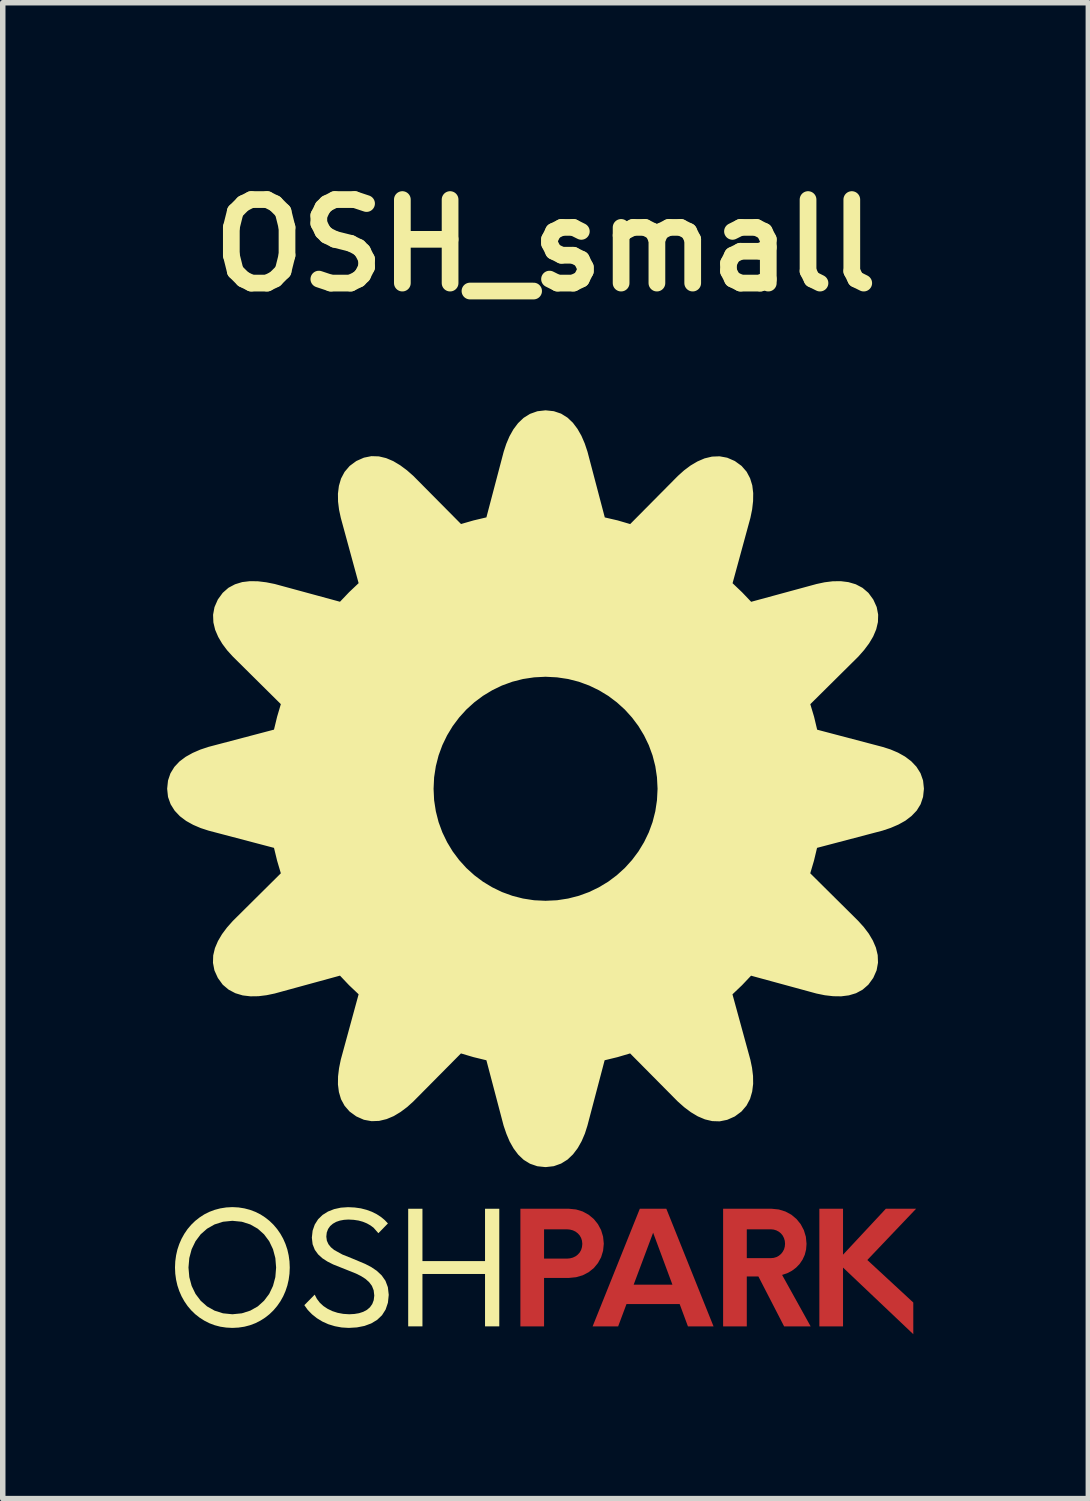
<source format=kicad_pcb>
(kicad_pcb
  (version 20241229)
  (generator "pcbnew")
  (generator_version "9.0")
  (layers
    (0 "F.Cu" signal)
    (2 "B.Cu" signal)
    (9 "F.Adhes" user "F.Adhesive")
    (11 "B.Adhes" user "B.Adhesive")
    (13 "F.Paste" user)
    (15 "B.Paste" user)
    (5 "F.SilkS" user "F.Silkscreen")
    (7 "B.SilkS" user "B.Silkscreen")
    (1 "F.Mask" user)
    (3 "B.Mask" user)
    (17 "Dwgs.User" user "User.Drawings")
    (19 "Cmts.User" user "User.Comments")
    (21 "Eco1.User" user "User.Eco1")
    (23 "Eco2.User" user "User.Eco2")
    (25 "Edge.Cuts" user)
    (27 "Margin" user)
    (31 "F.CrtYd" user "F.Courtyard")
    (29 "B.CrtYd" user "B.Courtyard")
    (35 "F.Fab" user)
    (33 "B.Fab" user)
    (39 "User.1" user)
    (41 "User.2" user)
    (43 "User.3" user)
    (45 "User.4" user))
  (footprint "OSH_small"
    (layer "F.Cu")
    (at 6.904 12.884)
    (property "Reference" "OSH_small" (at 0 -11.458 0) (layer "F.SilkS") (effects (font (size 1.524 1.524) (thickness 0.305))))
    (attr smd)
    (fp_poly (pts (xy 6.761 6.121) (xy 6.209 6.121) (xy 5.428 6.959) (xy 5.428 6.121) (xy 4.996 6.121) (xy 4.996 8.267) (xy 5.428 8.267) (xy 5.428 7.194) (xy 6.71 8.41) (xy 6.71 7.832) (xy 5.871 7.056) (xy 6.761 6.121)) (stroke (width 0) (type solid)) (fill yes) (layer "F.Cu"))
    (fp_poly (pts (xy 2.598 8.267) (xy 1.963 6.558) (xy 2.315 7.506) (xy 1.608 7.506) (xy 1.963 6.558) (xy 2.598 8.267) (xy 3.065 8.267) (xy 2.204 6.121) (xy 1.72 6.121) (xy 0.859 8.267) (xy 1.325 8.267) (xy 1.477 7.86) (xy 2.447 7.86) (xy 2.598 8.267)) (stroke (width 0) (type solid)) (fill yes) (layer "F.Cu"))
    (fp_poly (pts (xy 0.428 6.121) (xy -0.027 6.496) (xy 0.388 6.496) (xy 0.445 6.501) (xy 0.499 6.515) (xy 0.547 6.538) (xy 0.589 6.57) (xy 0.623 6.608) (xy 0.649 6.654) (xy 0.665 6.705) (xy 0.671 6.762) (xy 0.665 6.82) (xy 0.649 6.873) (xy 0.623 6.919) (xy 0.589 6.957) (xy 0.547 6.989) (xy 0.499 7.012) (xy 0.445 7.026) (xy 0.388 7.031) (xy 0.388 7.031) (xy -0.027 7.031) (xy -0.027 6.496) (xy 0.428 6.121) (xy -0.459 6.121) (xy -0.459 8.267) (xy -0.027 8.267) (xy -0.027 7.383) (xy 0.428 7.383) (xy 0.558 7.37) (xy 0.678 7.335) (xy 0.786 7.279) (xy 0.88 7.204) (xy 0.956 7.112) (xy 1.014 7.006) (xy 1.05 6.888) (xy 1.063 6.759) (xy 1.05 6.63) (xy 1.014 6.511) (xy 0.956 6.402) (xy 0.88 6.308) (xy 0.786 6.23) (xy 0.678 6.171) (xy 0.558 6.134) (xy 0.428 6.121) (xy 0.428 6.121)) (stroke (width 0) (type solid)) (fill yes) (layer "F.Cu"))
    (fp_poly (pts (xy 4.317 7.328) (xy 4.11 7.022) (xy 3.672 7.022) (xy 3.672 6.496) (xy 4.11 6.496) (xy 4.163 6.501) (xy 4.212 6.516) (xy 4.257 6.54) (xy 4.295 6.571) (xy 4.327 6.61) (xy 4.35 6.655) (xy 4.365 6.705) (xy 4.37 6.759) (xy 4.365 6.813) (xy 4.351 6.863) (xy 4.327 6.907) (xy 4.296 6.946) (xy 4.258 6.978) (xy 4.214 7.002) (xy 4.164 7.017) (xy 4.11 7.022) (xy 4.11 7.022) (xy 4.317 7.328) (xy 4.41 7.297) (xy 4.496 7.252) (xy 4.572 7.195) (xy 4.637 7.127) (xy 4.69 7.048) (xy 4.73 6.961) (xy 4.754 6.865) (xy 4.762 6.762) (xy 4.75 6.632) (xy 4.713 6.511) (xy 4.655 6.402) (xy 4.578 6.307) (xy 4.484 6.229) (xy 4.376 6.171) (xy 4.256 6.134) (xy 4.127 6.121) (xy 3.24 6.121) (xy 3.24 8.267) (xy 3.672 8.267) (xy 3.672 7.357) (xy 3.884 7.357) (xy 4.353 8.267) (xy 4.837 8.267) (xy 4.316 7.328) (xy 4.317 7.328)) (stroke (width 0) (type solid)) (fill yes) (layer "F.Cu"))
    (fp_poly (pts (xy 6.761 6.121) (xy 6.209 6.121) (xy 5.428 6.959) (xy 5.428 6.121) (xy 4.996 6.121) (xy 4.996 8.267) (xy 5.428 8.267) (xy 5.428 7.194) (xy 6.71 8.41) (xy 6.71 7.832) (xy 5.871 7.056) (xy 6.761 6.121)) (stroke (width 0) (type solid)) (fill yes) (layer "F.Mask"))
    (fp_poly (pts (xy 2.598 8.267) (xy 1.963 6.558) (xy 2.315 7.506) (xy 1.608 7.506) (xy 1.963 6.558) (xy 2.598 8.267) (xy 3.065 8.267) (xy 2.204 6.121) (xy 1.72 6.121) (xy 0.859 8.267) (xy 1.325 8.267) (xy 1.477 7.86) (xy 2.447 7.86) (xy 2.598 8.267)) (stroke (width 0) (type solid)) (fill yes) (layer "F.Mask"))
    (fp_poly (pts (xy 0.428 6.121) (xy -0.027 6.496) (xy 0.388 6.496) (xy 0.445 6.501) (xy 0.499 6.515) (xy 0.547 6.538) (xy 0.589 6.57) (xy 0.623 6.608) (xy 0.649 6.654) (xy 0.665 6.705) (xy 0.671 6.762) (xy 0.665 6.82) (xy 0.649 6.873) (xy 0.623 6.919) (xy 0.589 6.957) (xy 0.547 6.989) (xy 0.499 7.012) (xy 0.445 7.026) (xy 0.388 7.031) (xy 0.388 7.031) (xy -0.027 7.031) (xy -0.027 6.496) (xy 0.428 6.121) (xy -0.459 6.121) (xy -0.459 8.267) (xy -0.027 8.267) (xy -0.027 7.383) (xy 0.428 7.383) (xy 0.558 7.37) (xy 0.678 7.335) (xy 0.786 7.279) (xy 0.88 7.204) (xy 0.956 7.112) (xy 1.014 7.006) (xy 1.05 6.888) (xy 1.063 6.759) (xy 1.05 6.63) (xy 1.014 6.511) (xy 0.956 6.402) (xy 0.88 6.308) (xy 0.786 6.23) (xy 0.678 6.171) (xy 0.558 6.134) (xy 0.428 6.121) (xy 0.428 6.121)) (stroke (width 0) (type solid)) (fill yes) (layer "F.Mask"))
    (fp_poly (pts (xy 4.317 7.328) (xy 4.11 7.022) (xy 3.672 7.022) (xy 3.672 6.496) (xy 4.11 6.496) (xy 4.163 6.501) (xy 4.212 6.516) (xy 4.257 6.54) (xy 4.295 6.571) (xy 4.327 6.61) (xy 4.35 6.655) (xy 4.365 6.705) (xy 4.37 6.759) (xy 4.365 6.813) (xy 4.351 6.863) (xy 4.327 6.907) (xy 4.296 6.946) (xy 4.258 6.978) (xy 4.214 7.002) (xy 4.164 7.017) (xy 4.11 7.022) (xy 4.11 7.022) (xy 4.317 7.328) (xy 4.41 7.297) (xy 4.496 7.252) (xy 4.572 7.195) (xy 4.637 7.127) (xy 4.69 7.048) (xy 4.73 6.961) (xy 4.754 6.865) (xy 4.762 6.762) (xy 4.75 6.632) (xy 4.713 6.511) (xy 4.655 6.402) (xy 4.578 6.307) (xy 4.484 6.229) (xy 4.376 6.171) (xy 4.256 6.134) (xy 4.127 6.121) (xy 3.24 6.121) (xy 3.24 8.267) (xy 3.672 8.267) (xy 3.672 7.357) (xy 3.884 7.357) (xy 4.353 8.267) (xy 4.837 8.267) (xy 4.316 7.328) (xy 4.317 7.328)) (stroke (width 0) (type solid)) (fill yes) (layer "F.Mask"))
    (fp_poly (pts (xy -1.104 6.121) (xy -1.104 7.076) (xy -2.246 7.076) (xy -2.246 6.121) (xy -2.506 6.121) (xy -2.506 8.267) (xy -2.246 8.267) (xy -2.246 7.311) (xy -1.104 7.311) (xy -1.104 8.267) (xy -0.844 8.267) (xy -0.844 6.121) (xy -1.104 6.121)) (stroke (width 0) (type solid)) (fill yes) (layer "F.SilkS"))
    (fp_poly (pts (xy -3.591 8.295) (xy -3.442 8.286) (xy -3.304 8.259) (xy -3.18 8.213) (xy -3.072 8.148) (xy -2.984 8.064) (xy -2.918 7.96) (xy -2.876 7.836) (xy -2.861 7.692) (xy -2.877 7.552) (xy -2.921 7.435) (xy -2.99 7.337) (xy -3.078 7.254) (xy -3.18 7.185) (xy -3.292 7.127) (xy -3.528 7.028) (xy -3.707 6.956) (xy -3.857 6.873) (xy -3.916 6.824) (xy -3.961 6.768) (xy -3.99 6.704) (xy -4 6.63) (xy -3.992 6.555) (xy -3.968 6.491) (xy -3.93 6.437) (xy -3.88 6.394) (xy -3.82 6.36) (xy -3.752 6.337) (xy -3.677 6.323) (xy -3.597 6.318) (xy -3.501 6.323) (xy -3.413 6.336) (xy -3.333 6.358) (xy -3.26 6.388) (xy -3.196 6.424) (xy -3.139 6.466) (xy -3.05 6.567) (xy -2.876 6.389) (xy -2.935 6.327) (xy -3.003 6.271) (xy -3.081 6.22) (xy -3.169 6.176) (xy -3.265 6.141) (xy -3.369 6.114) (xy -3.482 6.098) (xy -3.603 6.092) (xy -3.735 6.101) (xy -3.858 6.128) (xy -3.97 6.172) (xy -4.069 6.234) (xy -4.15 6.313) (xy -4.211 6.409) (xy -4.25 6.521) (xy -4.264 6.649) (xy -4.25 6.769) (xy -4.21 6.87) (xy -4.149 6.954) (xy -4.071 7.025) (xy -3.978 7.085) (xy -3.875 7.137) (xy -3.654 7.225) (xy -3.457 7.304) (xy -3.367 7.349) (xy -3.287 7.4) (xy -3.22 7.459) (xy -3.168 7.528) (xy -3.136 7.609) (xy -3.125 7.705) (xy -3.135 7.789) (xy -3.162 7.86) (xy -3.204 7.919) (xy -3.259 7.966) (xy -3.327 8.002) (xy -3.404 8.027) (xy -3.49 8.041) (xy -3.583 8.046) (xy -3.691 8.039) (xy -3.793 8.02) (xy -3.889 7.989) (xy -3.976 7.947) (xy -4.053 7.896) (xy -4.119 7.835) (xy -4.172 7.765) (xy -4.212 7.688) (xy -4.401 7.88) (xy -4.338 7.968) (xy -4.261 8.047) (xy -4.172 8.118) (xy -4.072 8.179) (xy -3.963 8.228) (xy -3.845 8.264) (xy -3.721 8.287) (xy -3.591 8.295) (xy -3.591 8.295)) (stroke (width 0) (type solid)) (fill yes) (layer "F.SilkS"))
    (fp_poly (pts (xy -5.714 8.295) (xy -5.714 8.046) (xy -5.885 8.029) (xy -6.039 7.98) (xy -6.176 7.903) (xy -6.293 7.799) (xy -6.387 7.674) (xy -6.457 7.529) (xy -6.5 7.368) (xy -6.515 7.194) (xy -6.5 7.02) (xy -6.457 6.859) (xy -6.387 6.714) (xy -6.293 6.588) (xy -6.176 6.485) (xy -6.039 6.407) (xy -5.885 6.358) (xy -5.714 6.341) (xy -5.542 6.358) (xy -5.388 6.407) (xy -5.251 6.485) (xy -5.136 6.588) (xy -5.042 6.714) (xy -4.973 6.859) (xy -4.93 7.02) (xy -4.916 7.194) (xy -4.93 7.368) (xy -4.973 7.529) (xy -5.042 7.674) (xy -5.136 7.799) (xy -5.251 7.903) (xy -5.388 7.98) (xy -5.542 8.029) (xy -5.714 8.046) (xy -5.714 8.295) (xy -5.602 8.289) (xy -5.495 8.273) (xy -5.392 8.246) (xy -5.294 8.209) (xy -5.202 8.162) (xy -5.116 8.107) (xy -5.036 8.044) (xy -4.963 7.973) (xy -4.897 7.895) (xy -4.838 7.81) (xy -4.787 7.719) (xy -4.745 7.623) (xy -4.711 7.521) (xy -4.687 7.416) (xy -4.672 7.306) (xy -4.667 7.193) (xy -4.672 7.081) (xy -4.687 6.971) (xy -4.711 6.865) (xy -4.745 6.764) (xy -4.787 6.668) (xy -4.838 6.577) (xy -4.897 6.492) (xy -4.963 6.414) (xy -5.036 6.343) (xy -5.116 6.28) (xy -5.202 6.224) (xy -5.294 6.178) (xy -5.392 6.141) (xy -5.495 6.114) (xy -5.602 6.097) (xy -5.714 6.091) (xy -5.826 6.097) (xy -5.934 6.114) (xy -6.037 6.141) (xy -6.135 6.178) (xy -6.227 6.224) (xy -6.313 6.28) (xy -6.393 6.343) (xy -6.466 6.414) (xy -6.532 6.492) (xy -6.59 6.577) (xy -6.641 6.668) (xy -6.683 6.764) (xy -6.717 6.865) (xy -6.741 6.971) (xy -6.756 7.081) (xy -6.761 7.193) (xy -6.756 7.306) (xy -6.741 7.416) (xy -6.717 7.521) (xy -6.683 7.623) (xy -6.641 7.719) (xy -6.59 7.81) (xy -6.532 7.895) (xy -6.466 7.973) (xy -6.393 8.044) (xy -6.313 8.107) (xy -6.227 8.162) (xy -6.135 8.209) (xy -6.037 8.246) (xy -5.934 8.273) (xy -5.826 8.289) (xy -5.714 8.295)) (stroke (width 0) (type solid)) (fill yes) (layer "F.SilkS"))
    (fp_poly (pts (xy 0.001 -8.41) (xy 0.00043 -3.623) (xy 0.213 -3.612) (xy 0.42 -3.581) (xy 0.619 -3.53) (xy 0.81 -3.46) (xy 0.992 -3.372) (xy 1.164 -3.268) (xy 1.324 -3.148) (xy 1.472 -3.014) (xy 1.606 -2.866) (xy 1.726 -2.706) (xy 1.83 -2.534) (xy 1.918 -2.352) (xy 1.988 -2.161) (xy 2.039 -1.962) (xy 2.07 -1.755) (xy 2.081 -1.542) (xy 2.07 -1.329) (xy 2.039 -1.123) (xy 1.988 -0.923) (xy 1.918 -0.732) (xy 1.83 -0.55) (xy 1.726 -0.378) (xy 1.606 -0.218) (xy 1.472 -0.07) (xy 1.324 0.064) (xy 1.164 0.184) (xy 0.992 0.288) (xy 0.81 0.376) (xy 0.619 0.446) (xy 0.42 0.497) (xy 0.213 0.529) (xy 0.00043 0.539) (xy -0.212 0.529) (xy -0.419 0.497) (xy -0.618 0.446) (xy -0.81 0.376) (xy -0.991 0.288) (xy -1.163 0.184) (xy -1.323 0.064) (xy -1.471 -0.07) (xy -1.605 -0.218) (xy -1.725 -0.378) (xy -1.829 -0.55) (xy -1.917 -0.732) (xy -1.987 -0.923) (xy -2.038 -1.123) (xy -2.07 -1.329) (xy -2.08 -1.542) (xy -2.07 -1.755) (xy -2.038 -1.962) (xy -1.987 -2.161) (xy -1.917 -2.352) (xy -1.829 -2.534) (xy -1.725 -2.706) (xy -1.605 -2.866) (xy -1.471 -3.014) (xy -1.323 -3.148) (xy -1.163 -3.268) (xy -0.991 -3.372) (xy -0.81 -3.46) (xy -0.618 -3.53) (xy -0.419 -3.581) (xy -0.212 -3.612) (xy 0.00043 -3.623) (xy 0.001 -8.41) (xy -0.141 -8.394) (xy -0.267 -8.349) (xy -0.378 -8.28) (xy -0.474 -8.188) (xy -0.556 -8.079) (xy -0.625 -7.956) (xy -0.682 -7.822) (xy -0.728 -7.682) (xy -1.049 -6.463) (xy -1.303 -6.403) (xy -1.553 -6.331) (xy -2.438 -7.224) (xy -2.554 -7.326) (xy -2.673 -7.414) (xy -2.795 -7.487) (xy -2.92 -7.54) (xy -3.046 -7.57) (xy -3.174 -7.574) (xy -3.303 -7.548) (xy -3.434 -7.49) (xy -3.549 -7.405) (xy -3.636 -7.303) (xy -3.697 -7.188) (xy -3.734 -7.061) (xy -3.751 -6.925) (xy -3.749 -6.784) (xy -3.731 -6.639) (xy -3.7 -6.495) (xy -3.369 -5.282) (xy -3.559 -5.102) (xy -3.739 -4.913) (xy -4.952 -5.243) (xy -5.103 -5.273) (xy -5.251 -5.291) (xy -5.393 -5.293) (xy -5.527 -5.277) (xy -5.651 -5.239) (xy -5.764 -5.179) (xy -5.863 -5.092) (xy -5.947 -4.977) (xy -6.005 -4.845) (xy -6.029 -4.714) (xy -6.024 -4.583) (xy -5.993 -4.454) (xy -5.939 -4.329) (xy -5.867 -4.207) (xy -5.78 -4.091) (xy -5.68 -3.981) (xy -4.788 -3.097) (xy -4.862 -2.847) (xy -4.924 -2.591) (xy -6.139 -2.271) (xy -6.286 -2.222) (xy -6.422 -2.163) (xy -6.546 -2.094) (xy -6.654 -2.013) (xy -6.743 -1.918) (xy -6.81 -1.809) (xy -6.852 -1.685) (xy -6.867 -1.543) (xy -6.852 -1.401) (xy -6.807 -1.275) (xy -6.737 -1.164) (xy -6.646 -1.068) (xy -6.537 -0.986) (xy -6.413 -0.917) (xy -6.28 -0.86) (xy -6.139 -0.814) (xy -4.924 -0.494) (xy -4.862 -0.239) (xy -4.788 0.011) (xy -5.68 0.896) (xy -5.783 1.012) (xy -5.872 1.131) (xy -5.944 1.253) (xy -5.997 1.377) (xy -6.027 1.503) (xy -6.031 1.631) (xy -6.006 1.761) (xy -5.947 1.891) (xy -5.863 2.007) (xy -5.761 2.093) (xy -5.645 2.154) (xy -5.518 2.192) (xy -5.382 2.208) (xy -5.241 2.206) (xy -5.096 2.188) (xy -4.952 2.158) (xy -3.739 1.826) (xy -3.559 2.016) (xy -3.369 2.196) (xy -3.7 3.409) (xy -3.731 3.561) (xy -3.749 3.708) (xy -3.751 3.85) (xy -3.734 3.984) (xy -3.697 4.109) (xy -3.636 4.221) (xy -3.55 4.32) (xy -3.434 4.404) (xy -3.303 4.462) (xy -3.171 4.486) (xy -3.041 4.481) (xy -2.912 4.45) (xy -2.786 4.397) (xy -2.665 4.324) (xy -2.549 4.237) (xy -2.439 4.138) (xy -1.554 3.245) (xy -1.304 3.319) (xy -1.049 3.381) (xy -0.729 4.596) (xy -0.679 4.742) (xy -0.621 4.879) (xy -0.551 5.002) (xy -0.47 5.11) (xy -0.376 5.199) (xy -0.267 5.266) (xy -0.142 5.309) (xy 0.0001 5.324) (xy 0.142 5.308) (xy 0.268 5.263) (xy 0.379 5.194) (xy 0.474 5.103) (xy 0.557 4.993) (xy 0.626 4.87) (xy 0.683 4.737) (xy 0.728 4.596) (xy 1.048 3.381) (xy 1.303 3.319) (xy 1.554 3.245) (xy 2.439 4.138) (xy 2.554 4.24) (xy 2.673 4.329) (xy 2.795 4.402) (xy 2.92 4.455) (xy 3.046 4.485) (xy 3.174 4.489) (xy 3.303 4.463) (xy 3.434 4.405) (xy 3.549 4.32) (xy 3.636 4.218) (xy 3.697 4.103) (xy 3.734 3.976) (xy 3.751 3.84) (xy 3.749 3.699) (xy 3.731 3.554) (xy 3.701 3.41) (xy 3.369 2.197) (xy 3.559 2.016) (xy 3.738 1.827) (xy 4.952 2.158) (xy 5.103 2.189) (xy 5.251 2.206) (xy 5.393 2.208) (xy 5.527 2.191) (xy 5.651 2.154) (xy 5.764 2.093) (xy 5.863 2.007) (xy 5.947 1.891) (xy 6.005 1.76) (xy 6.029 1.628) (xy 6.024 1.498) (xy 5.993 1.369) (xy 5.939 1.244) (xy 5.867 1.122) (xy 5.779 1.006) (xy 5.68 0.896) (xy 4.788 0.011) (xy 4.862 -0.239) (xy 4.923 -0.494) (xy 6.139 -0.814) (xy 6.285 -0.863) (xy 6.422 -0.922) (xy 6.546 -0.991) (xy 6.653 -1.073) (xy 6.743 -1.167) (xy 6.81 -1.276) (xy 6.852 -1.401) (xy 6.867 -1.543) (xy 6.852 -1.685) (xy 6.808 -1.81) (xy 6.738 -1.921) (xy 6.647 -2.017) (xy 6.538 -2.099) (xy 6.415 -2.168) (xy 6.281 -2.225) (xy 6.14 -2.27) (xy 4.925 -2.59) (xy 4.864 -2.846) (xy 4.789 -3.096) (xy 5.682 -3.981) (xy 5.784 -4.097) (xy 5.873 -4.216) (xy 5.945 -4.337) (xy 5.998 -4.462) (xy 6.028 -4.588) (xy 6.032 -4.716) (xy 6.007 -4.846) (xy 5.948 -4.976) (xy 5.864 -5.091) (xy 5.762 -5.178) (xy 5.646 -5.239) (xy 5.519 -5.276) (xy 5.384 -5.293) (xy 5.242 -5.291) (xy 5.098 -5.273) (xy 4.953 -5.242) (xy 3.74 -4.912) (xy 3.56 -5.101) (xy 3.371 -5.281) (xy 3.702 -6.494) (xy 3.733 -6.645) (xy 3.75 -6.793) (xy 3.752 -6.935) (xy 3.736 -7.069) (xy 3.698 -7.193) (xy 3.638 -7.306) (xy 3.551 -7.406) (xy 3.435 -7.49) (xy 3.304 -7.547) (xy 3.173 -7.571) (xy 3.042 -7.566) (xy 2.913 -7.535) (xy 2.788 -7.481) (xy 2.666 -7.409) (xy 2.55 -7.322) (xy 2.44 -7.223) (xy 1.555 -6.33) (xy 1.306 -6.403) (xy 1.051 -6.462) (xy 0.73 -7.681) (xy 0.681 -7.828) (xy 0.622 -7.965) (xy 0.552 -8.088) (xy 0.471 -8.196) (xy 0.377 -8.285) (xy 0.268 -8.353) (xy 0.143 -8.395) (xy 0.001 -8.41) (xy 0.001 -8.41)) (stroke (width 0.074) (type solid)) (fill yes) (layer "F.SilkS")))
  (gr_rect
    (start -3 -3)
    (end 16.808 24.294)
    (stroke (width 0.1) (type default))
    (fill no)
    (layer "Edge.Cuts")))
</source>
